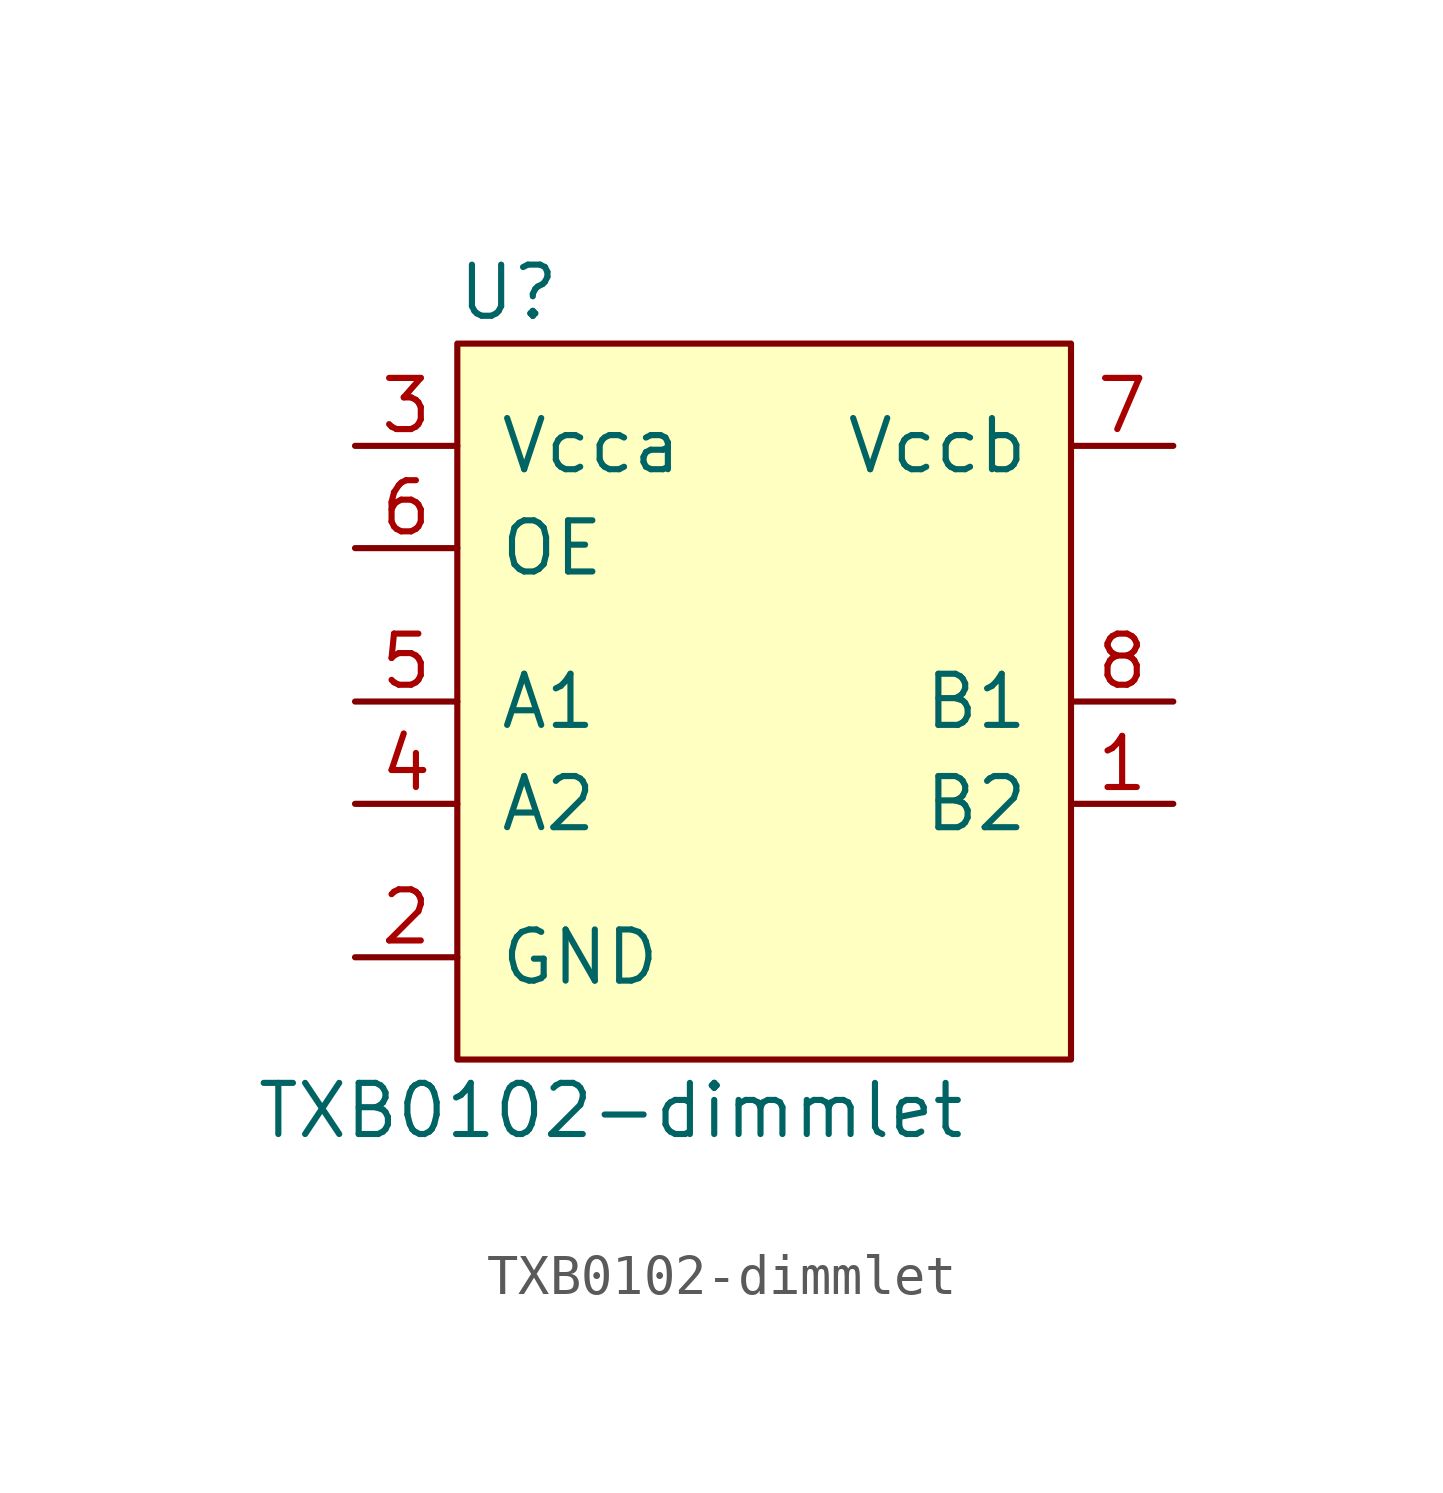
<source format=kicad_sym>
(kicad_symbol_lib
  (version 20220914)
  (generator kicad_symbol_editor)
  (symbol "‎TXB0102-dimmlet"
    (pin_names
      (offset 1.016))
    (property "Reference" "U"
      (at 1.27 3.81 0)
      (effects (font (size 1.27 1.27))))
    (property "Value" "‎TXB0102-dimmlet"
      (at 3.81 -16.51 0)
      (effects (font (size 1.27 1.27))))
    (symbol "‎TXB0102-dimmlet_0_1"
      (rectangle (start 0 2.54) (end 15.24 -15.24) (stroke (width 0) (type solid)) (fill (type background))))
    (symbol "‎TXB0102-dimmlet_1_1"
      (pin bidirectional line (at 17.78 -8.89 180) (length 2.54) (name "B2" (effects (font (size 1.27 1.27)))) (number "1" (effects (font (size 1.27 1.27)))))
      (pin power_in line (at -2.54 -12.7 0) (length 2.54) (name "GND" (effects (font (size 1.27 1.27)))) (number "2" (effects (font (size 1.27 1.27)))))
      (pin power_in line (at -2.54 0 0) (length 2.54) (name "Vcca" (effects (font (size 1.27 1.27)))) (number "3" (effects (font (size 1.27 1.27)))))
      (pin bidirectional line (at -2.54 -8.89 0) (length 2.54) (name "A2" (effects (font (size 1.27 1.27)))) (number "4" (effects (font (size 1.27 1.27)))))
      (pin bidirectional line (at -2.54 -6.35 0) (length 2.54) (name "A1" (effects (font (size 1.27 1.27)))) (number "5" (effects (font (size 1.27 1.27)))))
      (pin input line (at -2.54 -2.54 0) (length 2.54) (name "OE" (effects (font (size 1.27 1.27)))) (number "6" (effects (font (size 1.27 1.27)))))
      (pin power_in line (at 17.78 0 180) (length 2.54) (name "Vccb" (effects (font (size 1.27 1.27)))) (number "7" (effects (font (size 1.27 1.27)))))
      (pin bidirectional line (at 17.78 -6.35 180) (length 2.54) (name "B1" (effects (font (size 1.27 1.27)))) (number "8" (effects (font (size 1.27 1.27))))))))
</source>
